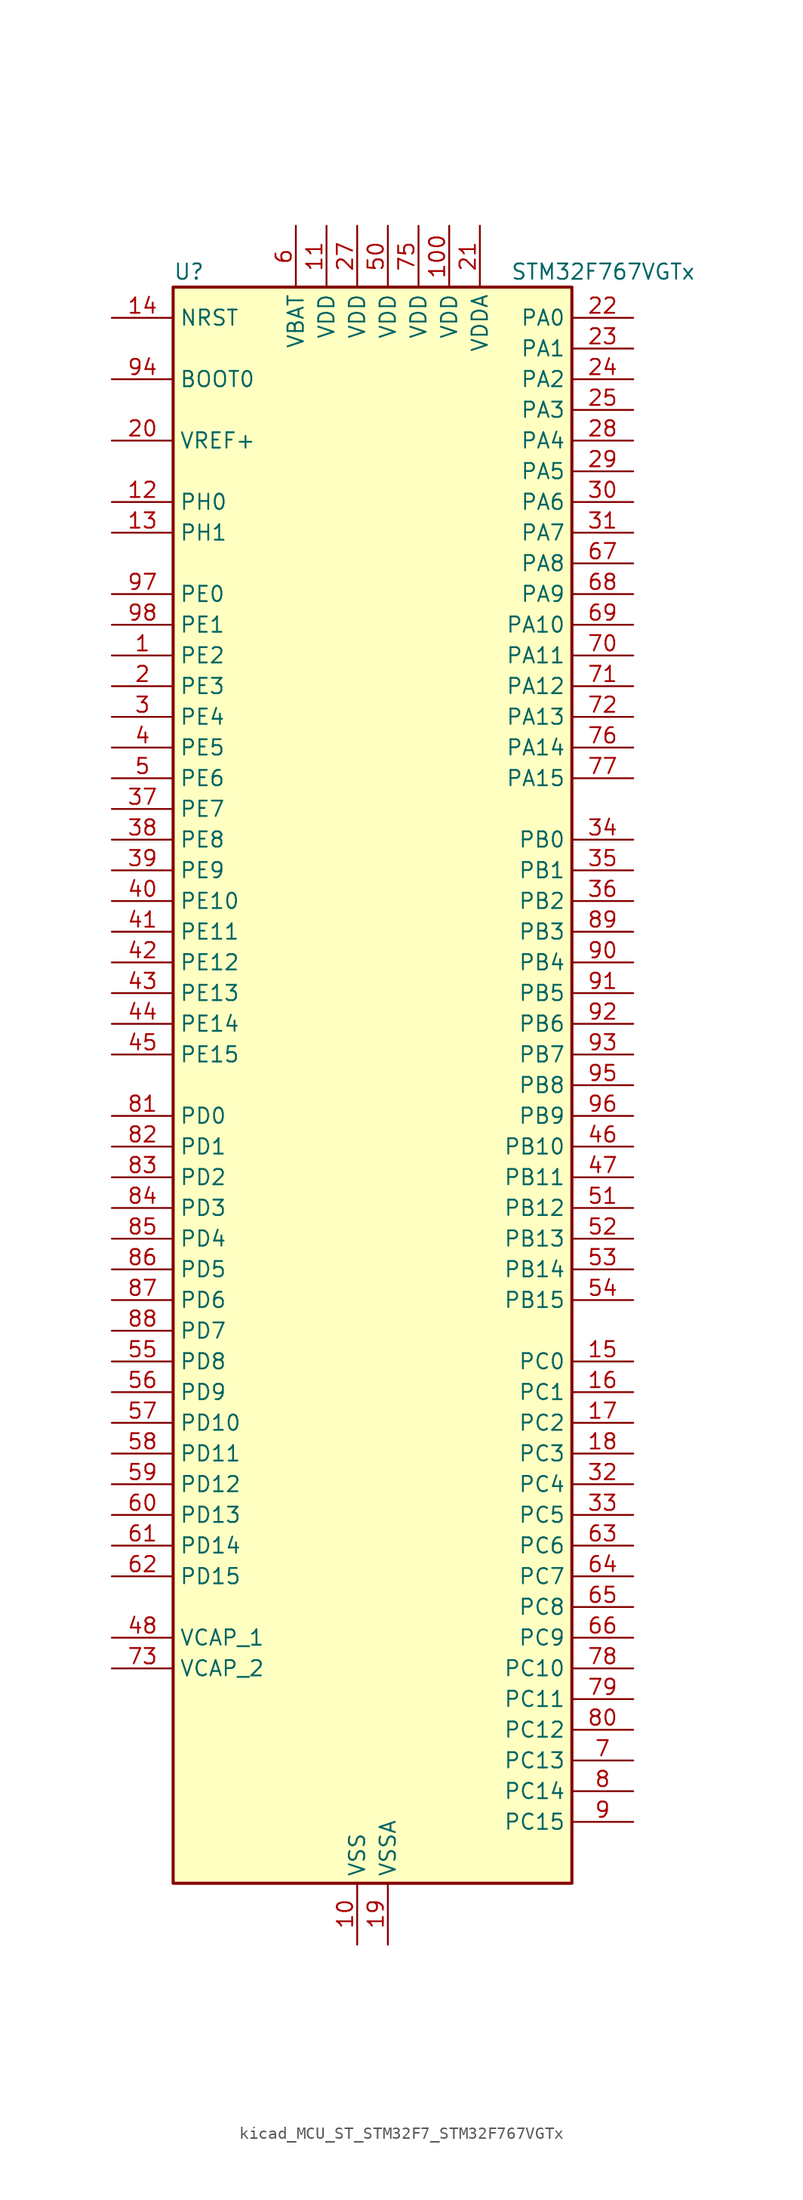
<source format=kicad_sym>
(kicad_symbol_lib
  (version 20220914)
  (generator kicad_symbol_editor)
  (symbol "kicad_MCU_ST_STM32F7_STM32F767VGTx"
    (property "Reference" "U"
      (at -15.24 67.31 0)
      (effects (font (size 1.27 1.27)) (justify left)))
    (property "Value" "STM32F767VGTx"
      (at 12.7 67.31 0)
      (effects (font (size 1.27 1.27)) (justify left)))
    (property "ki_locked" ""
      (at 0 0 0)
      (effects (font (size 1.27 1.27))))
    (symbol "kicad_MCU_ST_STM32F7_STM32F767VGTx_0_1"
      (rectangle (start -15.24 -66.04) (end 17.78 66.04) (stroke (width 0.254) (type default)) (fill (type background))))
    (symbol "kicad_MCU_ST_STM32F7_STM32F767VGTx_1_1"
      (pin bidirectional line (at -20.32 35.56 0) (length 5.08) (name "PE2" (effects (font (size 1.27 1.27)))) (number "1" (effects (font (size 1.27 1.27)))) (alternate "ETH_TXD3" bidirectional line) (alternate "FMC_A23" bidirectional line) (alternate "QUADSPI_BK1_IO2" bidirectional line) (alternate "SAI1_MCLK_A" bidirectional line) (alternate "SPI4_SCK" bidirectional line) (alternate "SYS_TRACECLK" bidirectional line))
      (pin power_in line (at 0 -71.12 90) (length 5.08) (name "VSS" (effects (font (size 1.27 1.27)))) (number "10" (effects (font (size 1.27 1.27)))))
      (pin power_in line (at 7.62 71.12 270) (length 5.08) (name "VDD" (effects (font (size 1.27 1.27)))) (number "100" (effects (font (size 1.27 1.27)))))
      (pin power_in line (at -2.54 71.12 270) (length 5.08) (name "VDD" (effects (font (size 1.27 1.27)))) (number "11" (effects (font (size 1.27 1.27)))))
      (pin bidirectional line (at -20.32 48.26 0) (length 5.08) (name "PH0" (effects (font (size 1.27 1.27)))) (number "12" (effects (font (size 1.27 1.27)))) (alternate "RCC_OSC_IN" bidirectional line))
      (pin bidirectional line (at -20.32 45.72 0) (length 5.08) (name "PH1" (effects (font (size 1.27 1.27)))) (number "13" (effects (font (size 1.27 1.27)))) (alternate "RCC_OSC_OUT" bidirectional line))
      (pin input line (at -20.32 63.5 0) (length 5.08) (name "NRST" (effects (font (size 1.27 1.27)))) (number "14" (effects (font (size 1.27 1.27)))))
      (pin bidirectional line (at 22.86 -22.86 180) (length 5.08) (name "PC0" (effects (font (size 1.27 1.27)))) (number "15" (effects (font (size 1.27 1.27)))) (alternate "ADC1_IN10" bidirectional line) (alternate "ADC2_IN10" bidirectional line) (alternate "ADC3_IN10" bidirectional line) (alternate "DFSDM1_CKIN0" bidirectional line) (alternate "DFSDM1_DATIN4" bidirectional line) (alternate "FMC_SDNWE" bidirectional line) (alternate "LTDC_R5" bidirectional line) (alternate "SAI2_FS_B" bidirectional line) (alternate "USB_OTG_HS_ULPI_STP" bidirectional line))
      (pin bidirectional line (at 22.86 -25.4 180) (length 5.08) (name "PC1" (effects (font (size 1.27 1.27)))) (number "16" (effects (font (size 1.27 1.27)))) (alternate "ADC1_IN11" bidirectional line) (alternate "ADC2_IN11" bidirectional line) (alternate "ADC3_IN11" bidirectional line) (alternate "DFSDM1_CKIN4" bidirectional line) (alternate "DFSDM1_DATIN0" bidirectional line) (alternate "ETH_MDC" bidirectional line) (alternate "I2S2_SD" bidirectional line) (alternate "MDIOS_MDC" bidirectional line) (alternate "RTC_TAMP3" bidirectional line) (alternate "RTC_TS" bidirectional line) (alternate "SAI1_SD_A" bidirectional line) (alternate "SPI2_MOSI" bidirectional line) (alternate "SYS_TRACED0" bidirectional line) (alternate "SYS_WKUP3" bidirectional line))
      (pin bidirectional line (at 22.86 -27.94 180) (length 5.08) (name "PC2" (effects (font (size 1.27 1.27)))) (number "17" (effects (font (size 1.27 1.27)))) (alternate "ADC1_IN12" bidirectional line) (alternate "ADC2_IN12" bidirectional line) (alternate "ADC3_IN12" bidirectional line) (alternate "DFSDM1_CKIN1" bidirectional line) (alternate "DFSDM1_CKOUT" bidirectional line) (alternate "ETH_TXD2" bidirectional line) (alternate "FMC_SDNE0" bidirectional line) (alternate "SPI2_MISO" bidirectional line) (alternate "USB_OTG_HS_ULPI_DIR" bidirectional line))
      (pin bidirectional line (at 22.86 -30.48 180) (length 5.08) (name "PC3" (effects (font (size 1.27 1.27)))) (number "18" (effects (font (size 1.27 1.27)))) (alternate "ADC1_IN13" bidirectional line) (alternate "ADC2_IN13" bidirectional line) (alternate "ADC3_IN13" bidirectional line) (alternate "DFSDM1_DATIN1" bidirectional line) (alternate "ETH_TX_CLK" bidirectional line) (alternate "FMC_SDCKE0" bidirectional line) (alternate "I2S2_SD" bidirectional line) (alternate "SPI2_MOSI" bidirectional line) (alternate "USB_OTG_HS_ULPI_NXT" bidirectional line))
      (pin power_in line (at 2.54 -71.12 90) (length 5.08) (name "VSSA" (effects (font (size 1.27 1.27)))) (number "19" (effects (font (size 1.27 1.27)))))
      (pin bidirectional line (at -20.32 33.02 0) (length 5.08) (name "PE3" (effects (font (size 1.27 1.27)))) (number "2" (effects (font (size 1.27 1.27)))) (alternate "FMC_A19" bidirectional line) (alternate "SAI1_SD_B" bidirectional line) (alternate "SYS_TRACED0" bidirectional line))
      (pin input line (at -20.32 53.34 0) (length 5.08) (name "VREF+" (effects (font (size 1.27 1.27)))) (number "20" (effects (font (size 1.27 1.27)))))
      (pin power_in line (at 10.16 71.12 270) (length 5.08) (name "VDDA" (effects (font (size 1.27 1.27)))) (number "21" (effects (font (size 1.27 1.27)))))
      (pin bidirectional line (at 22.86 63.5 180) (length 5.08) (name "PA0" (effects (font (size 1.27 1.27)))) (number "22" (effects (font (size 1.27 1.27)))) (alternate "ADC1_IN0" bidirectional line) (alternate "ADC2_IN0" bidirectional line) (alternate "ADC3_IN0" bidirectional line) (alternate "ETH_CRS" bidirectional line) (alternate "SAI2_SD_B" bidirectional line) (alternate "SYS_WKUP1" bidirectional line) (alternate "TIM2_CH1" bidirectional line) (alternate "TIM2_ETR" bidirectional line) (alternate "TIM5_CH1" bidirectional line) (alternate "TIM8_ETR" bidirectional line) (alternate "UART4_TX" bidirectional line) (alternate "USART2_CTS" bidirectional line))
      (pin bidirectional line (at 22.86 60.96 180) (length 5.08) (name "PA1" (effects (font (size 1.27 1.27)))) (number "23" (effects (font (size 1.27 1.27)))) (alternate "ADC1_IN1" bidirectional line) (alternate "ADC2_IN1" bidirectional line) (alternate "ADC3_IN1" bidirectional line) (alternate "ETH_REF_CLK" bidirectional line) (alternate "ETH_RX_CLK" bidirectional line) (alternate "LTDC_R2" bidirectional line) (alternate "QUADSPI_BK1_IO3" bidirectional line) (alternate "SAI2_MCLK_B" bidirectional line) (alternate "TIM2_CH2" bidirectional line) (alternate "TIM5_CH2" bidirectional line) (alternate "UART4_RX" bidirectional line) (alternate "USART2_DE" bidirectional line) (alternate "USART2_RTS" bidirectional line))
      (pin bidirectional line (at 22.86 58.42 180) (length 5.08) (name "PA2" (effects (font (size 1.27 1.27)))) (number "24" (effects (font (size 1.27 1.27)))) (alternate "ADC1_IN2" bidirectional line) (alternate "ADC2_IN2" bidirectional line) (alternate "ADC3_IN2" bidirectional line) (alternate "ETH_MDIO" bidirectional line) (alternate "LTDC_R1" bidirectional line) (alternate "MDIOS_MDIO" bidirectional line) (alternate "SAI2_SCK_B" bidirectional line) (alternate "SYS_WKUP2" bidirectional line) (alternate "TIM2_CH3" bidirectional line) (alternate "TIM5_CH3" bidirectional line) (alternate "TIM9_CH1" bidirectional line) (alternate "USART2_TX" bidirectional line))
      (pin bidirectional line (at 22.86 55.88 180) (length 5.08) (name "PA3" (effects (font (size 1.27 1.27)))) (number "25" (effects (font (size 1.27 1.27)))) (alternate "ADC1_IN3" bidirectional line) (alternate "ADC2_IN3" bidirectional line) (alternate "ADC3_IN3" bidirectional line) (alternate "ETH_COL" bidirectional line) (alternate "LTDC_B2" bidirectional line) (alternate "LTDC_B5" bidirectional line) (alternate "TIM2_CH4" bidirectional line) (alternate "TIM5_CH4" bidirectional line) (alternate "TIM9_CH2" bidirectional line) (alternate "USART2_RX" bidirectional line) (alternate "USB_OTG_HS_ULPI_D0" bidirectional line))
      (pin passive line (at 0 -71.12 90) (length 5.08) hide (name "VSS" (effects (font (size 1.27 1.27)))) (number "26" (effects (font (size 1.27 1.27)))))
      (pin power_in line (at 0 71.12 270) (length 5.08) (name "VDD" (effects (font (size 1.27 1.27)))) (number "27" (effects (font (size 1.27 1.27)))))
      (pin bidirectional line (at 22.86 53.34 180) (length 5.08) (name "PA4" (effects (font (size 1.27 1.27)))) (number "28" (effects (font (size 1.27 1.27)))) (alternate "ADC1_IN4" bidirectional line) (alternate "ADC2_IN4" bidirectional line) (alternate "DAC_OUT1" bidirectional line) (alternate "DCMI_HSYNC" bidirectional line) (alternate "I2S1_WS" bidirectional line) (alternate "I2S3_WS" bidirectional line) (alternate "LTDC_VSYNC" bidirectional line) (alternate "SPI1_NSS" bidirectional line) (alternate "SPI3_NSS" bidirectional line) (alternate "SPI6_NSS" bidirectional line) (alternate "USART2_CK" bidirectional line) (alternate "USB_OTG_HS_SOF" bidirectional line))
      (pin bidirectional line (at 22.86 50.8 180) (length 5.08) (name "PA5" (effects (font (size 1.27 1.27)))) (number "29" (effects (font (size 1.27 1.27)))) (alternate "ADC1_IN5" bidirectional line) (alternate "ADC2_IN5" bidirectional line) (alternate "DAC_OUT2" bidirectional line) (alternate "I2S1_CK" bidirectional line) (alternate "LTDC_R4" bidirectional line) (alternate "SPI1_SCK" bidirectional line) (alternate "SPI6_SCK" bidirectional line) (alternate "TIM2_CH1" bidirectional line) (alternate "TIM2_ETR" bidirectional line) (alternate "TIM8_CH1N" bidirectional line) (alternate "USB_OTG_HS_ULPI_CK" bidirectional line))
      (pin bidirectional line (at -20.32 30.48 0) (length 5.08) (name "PE4" (effects (font (size 1.27 1.27)))) (number "3" (effects (font (size 1.27 1.27)))) (alternate "DCMI_D4" bidirectional line) (alternate "DFSDM1_DATIN3" bidirectional line) (alternate "FMC_A20" bidirectional line) (alternate "LTDC_B0" bidirectional line) (alternate "SAI1_FS_A" bidirectional line) (alternate "SPI4_NSS" bidirectional line) (alternate "SYS_TRACED1" bidirectional line))
      (pin bidirectional line (at 22.86 48.26 180) (length 5.08) (name "PA6" (effects (font (size 1.27 1.27)))) (number "30" (effects (font (size 1.27 1.27)))) (alternate "ADC1_IN6" bidirectional line) (alternate "ADC2_IN6" bidirectional line) (alternate "DCMI_PIXCLK" bidirectional line) (alternate "LTDC_G2" bidirectional line) (alternate "MDIOS_MDC" bidirectional line) (alternate "SPI1_MISO" bidirectional line) (alternate "SPI6_MISO" bidirectional line) (alternate "TIM13_CH1" bidirectional line) (alternate "TIM1_BKIN" bidirectional line) (alternate "TIM3_CH1" bidirectional line) (alternate "TIM8_BKIN" bidirectional line))
      (pin bidirectional line (at 22.86 45.72 180) (length 5.08) (name "PA7" (effects (font (size 1.27 1.27)))) (number "31" (effects (font (size 1.27 1.27)))) (alternate "ADC1_IN7" bidirectional line) (alternate "ADC2_IN7" bidirectional line) (alternate "ETH_CRS_DV" bidirectional line) (alternate "ETH_RX_DV" bidirectional line) (alternate "FMC_SDNWE" bidirectional line) (alternate "I2S1_SD" bidirectional line) (alternate "SPI1_MOSI" bidirectional line) (alternate "SPI6_MOSI" bidirectional line) (alternate "TIM14_CH1" bidirectional line) (alternate "TIM1_CH1N" bidirectional line) (alternate "TIM3_CH2" bidirectional line) (alternate "TIM8_CH1N" bidirectional line))
      (pin bidirectional line (at 22.86 -33.02 180) (length 5.08) (name "PC4" (effects (font (size 1.27 1.27)))) (number "32" (effects (font (size 1.27 1.27)))) (alternate "ADC1_IN14" bidirectional line) (alternate "ADC2_IN14" bidirectional line) (alternate "DFSDM1_CKIN2" bidirectional line) (alternate "ETH_RXD0" bidirectional line) (alternate "FMC_SDNE0" bidirectional line) (alternate "I2S1_MCK" bidirectional line) (alternate "SPDIFRX_IN2" bidirectional line))
      (pin bidirectional line (at 22.86 -35.56 180) (length 5.08) (name "PC5" (effects (font (size 1.27 1.27)))) (number "33" (effects (font (size 1.27 1.27)))) (alternate "ADC1_IN15" bidirectional line) (alternate "ADC2_IN15" bidirectional line) (alternate "DFSDM1_DATIN2" bidirectional line) (alternate "ETH_RXD1" bidirectional line) (alternate "FMC_SDCKE0" bidirectional line) (alternate "SPDIFRX_IN3" bidirectional line))
      (pin bidirectional line (at 22.86 20.32 180) (length 5.08) (name "PB0" (effects (font (size 1.27 1.27)))) (number "34" (effects (font (size 1.27 1.27)))) (alternate "ADC1_IN8" bidirectional line) (alternate "ADC2_IN8" bidirectional line) (alternate "DFSDM1_CKOUT" bidirectional line) (alternate "ETH_RXD2" bidirectional line) (alternate "LTDC_G1" bidirectional line) (alternate "LTDC_R3" bidirectional line) (alternate "TIM1_CH2N" bidirectional line) (alternate "TIM3_CH3" bidirectional line) (alternate "TIM8_CH2N" bidirectional line) (alternate "UART4_CTS" bidirectional line) (alternate "USB_OTG_HS_ULPI_D1" bidirectional line))
      (pin bidirectional line (at 22.86 17.78 180) (length 5.08) (name "PB1" (effects (font (size 1.27 1.27)))) (number "35" (effects (font (size 1.27 1.27)))) (alternate "ADC1_IN9" bidirectional line) (alternate "ADC2_IN9" bidirectional line) (alternate "DFSDM1_DATIN1" bidirectional line) (alternate "ETH_RXD3" bidirectional line) (alternate "LTDC_G0" bidirectional line) (alternate "LTDC_R6" bidirectional line) (alternate "TIM1_CH3N" bidirectional line) (alternate "TIM3_CH4" bidirectional line) (alternate "TIM8_CH3N" bidirectional line) (alternate "USB_OTG_HS_ULPI_D2" bidirectional line))
      (pin bidirectional line (at 22.86 15.24 180) (length 5.08) (name "PB2" (effects (font (size 1.27 1.27)))) (number "36" (effects (font (size 1.27 1.27)))) (alternate "DFSDM1_CKIN1" bidirectional line) (alternate "I2S3_SD" bidirectional line) (alternate "QUADSPI_CLK" bidirectional line) (alternate "SAI1_SD_A" bidirectional line) (alternate "SPI3_MOSI" bidirectional line))
      (pin bidirectional line (at -20.32 22.86 0) (length 5.08) (name "PE7" (effects (font (size 1.27 1.27)))) (number "37" (effects (font (size 1.27 1.27)))) (alternate "DFSDM1_DATIN2" bidirectional line) (alternate "FMC_D4" bidirectional line) (alternate "FMC_DA4" bidirectional line) (alternate "QUADSPI_BK2_IO0" bidirectional line) (alternate "TIM1_ETR" bidirectional line) (alternate "UART7_RX" bidirectional line))
      (pin bidirectional line (at -20.32 20.32 0) (length 5.08) (name "PE8" (effects (font (size 1.27 1.27)))) (number "38" (effects (font (size 1.27 1.27)))) (alternate "DFSDM1_CKIN2" bidirectional line) (alternate "FMC_D5" bidirectional line) (alternate "FMC_DA5" bidirectional line) (alternate "QUADSPI_BK2_IO1" bidirectional line) (alternate "TIM1_CH1N" bidirectional line) (alternate "UART7_TX" bidirectional line))
      (pin bidirectional line (at -20.32 17.78 0) (length 5.08) (name "PE9" (effects (font (size 1.27 1.27)))) (number "39" (effects (font (size 1.27 1.27)))) (alternate "DAC_EXTI9" bidirectional line) (alternate "DFSDM1_CKOUT" bidirectional line) (alternate "FMC_D6" bidirectional line) (alternate "FMC_DA6" bidirectional line) (alternate "QUADSPI_BK2_IO2" bidirectional line) (alternate "TIM1_CH1" bidirectional line) (alternate "UART7_DE" bidirectional line) (alternate "UART7_RTS" bidirectional line))
      (pin bidirectional line (at -20.32 27.94 0) (length 5.08) (name "PE5" (effects (font (size 1.27 1.27)))) (number "4" (effects (font (size 1.27 1.27)))) (alternate "DCMI_D6" bidirectional line) (alternate "DFSDM1_CKIN3" bidirectional line) (alternate "FMC_A21" bidirectional line) (alternate "LTDC_G0" bidirectional line) (alternate "SAI1_SCK_A" bidirectional line) (alternate "SPI4_MISO" bidirectional line) (alternate "SYS_TRACED2" bidirectional line) (alternate "TIM9_CH1" bidirectional line))
      (pin bidirectional line (at -20.32 15.24 0) (length 5.08) (name "PE10" (effects (font (size 1.27 1.27)))) (number "40" (effects (font (size 1.27 1.27)))) (alternate "DFSDM1_DATIN4" bidirectional line) (alternate "FMC_D7" bidirectional line) (alternate "FMC_DA7" bidirectional line) (alternate "QUADSPI_BK2_IO3" bidirectional line) (alternate "TIM1_CH2N" bidirectional line) (alternate "UART7_CTS" bidirectional line))
      (pin bidirectional line (at -20.32 12.7 0) (length 5.08) (name "PE11" (effects (font (size 1.27 1.27)))) (number "41" (effects (font (size 1.27 1.27)))) (alternate "ADC1_EXTI11" bidirectional line) (alternate "ADC2_EXTI11" bidirectional line) (alternate "ADC3_EXTI11" bidirectional line) (alternate "DFSDM1_CKIN4" bidirectional line) (alternate "FMC_D8" bidirectional line) (alternate "FMC_DA8" bidirectional line) (alternate "LTDC_G3" bidirectional line) (alternate "SAI2_SD_B" bidirectional line) (alternate "SPI4_NSS" bidirectional line) (alternate "TIM1_CH2" bidirectional line))
      (pin bidirectional line (at -20.32 10.16 0) (length 5.08) (name "PE12" (effects (font (size 1.27 1.27)))) (number "42" (effects (font (size 1.27 1.27)))) (alternate "DFSDM1_DATIN5" bidirectional line) (alternate "FMC_D9" bidirectional line) (alternate "FMC_DA9" bidirectional line) (alternate "LTDC_B4" bidirectional line) (alternate "SAI2_SCK_B" bidirectional line) (alternate "SPI4_SCK" bidirectional line) (alternate "TIM1_CH3N" bidirectional line))
      (pin bidirectional line (at -20.32 7.62 0) (length 5.08) (name "PE13" (effects (font (size 1.27 1.27)))) (number "43" (effects (font (size 1.27 1.27)))) (alternate "DFSDM1_CKIN5" bidirectional line) (alternate "FMC_D10" bidirectional line) (alternate "FMC_DA10" bidirectional line) (alternate "LTDC_DE" bidirectional line) (alternate "SAI2_FS_B" bidirectional line) (alternate "SPI4_MISO" bidirectional line) (alternate "TIM1_CH3" bidirectional line))
      (pin bidirectional line (at -20.32 5.08 0) (length 5.08) (name "PE14" (effects (font (size 1.27 1.27)))) (number "44" (effects (font (size 1.27 1.27)))) (alternate "FMC_D11" bidirectional line) (alternate "FMC_DA11" bidirectional line) (alternate "LTDC_CLK" bidirectional line) (alternate "SAI2_MCLK_B" bidirectional line) (alternate "SPI4_MOSI" bidirectional line) (alternate "TIM1_CH4" bidirectional line))
      (pin bidirectional line (at -20.32 2.54 0) (length 5.08) (name "PE15" (effects (font (size 1.27 1.27)))) (number "45" (effects (font (size 1.27 1.27)))) (alternate "FMC_D12" bidirectional line) (alternate "FMC_DA12" bidirectional line) (alternate "LTDC_R7" bidirectional line) (alternate "TIM1_BKIN" bidirectional line))
      (pin bidirectional line (at 22.86 -5.08 180) (length 5.08) (name "PB10" (effects (font (size 1.27 1.27)))) (number "46" (effects (font (size 1.27 1.27)))) (alternate "DFSDM1_DATIN7" bidirectional line) (alternate "ETH_RX_ER" bidirectional line) (alternate "I2C2_SCL" bidirectional line) (alternate "I2S2_CK" bidirectional line) (alternate "LTDC_G4" bidirectional line) (alternate "QUADSPI_BK1_NCS" bidirectional line) (alternate "SPI2_SCK" bidirectional line) (alternate "TIM2_CH3" bidirectional line) (alternate "USART3_TX" bidirectional line) (alternate "USB_OTG_HS_ULPI_D3" bidirectional line))
      (pin bidirectional line (at 22.86 -7.62 180) (length 5.08) (name "PB11" (effects (font (size 1.27 1.27)))) (number "47" (effects (font (size 1.27 1.27)))) (alternate "ADC1_EXTI11" bidirectional line) (alternate "ADC2_EXTI11" bidirectional line) (alternate "ADC3_EXTI11" bidirectional line) (alternate "DFSDM1_CKIN7" bidirectional line) (alternate "ETH_TX_EN" bidirectional line) (alternate "I2C2_SDA" bidirectional line) (alternate "LTDC_G5" bidirectional line) (alternate "TIM2_CH4" bidirectional line) (alternate "USART3_RX" bidirectional line) (alternate "USB_OTG_HS_ULPI_D4" bidirectional line))
      (pin power_out line (at -20.32 -45.72 0) (length 5.08) (name "VCAP_1" (effects (font (size 1.27 1.27)))) (number "48" (effects (font (size 1.27 1.27)))))
      (pin passive line (at 0 -71.12 90) (length 5.08) hide (name "VSS" (effects (font (size 1.27 1.27)))) (number "49" (effects (font (size 1.27 1.27)))))
      (pin bidirectional line (at -20.32 25.4 0) (length 5.08) (name "PE6" (effects (font (size 1.27 1.27)))) (number "5" (effects (font (size 1.27 1.27)))) (alternate "DCMI_D7" bidirectional line) (alternate "FMC_A22" bidirectional line) (alternate "LTDC_G1" bidirectional line) (alternate "SAI1_SD_A" bidirectional line) (alternate "SAI2_MCLK_B" bidirectional line) (alternate "SPI4_MOSI" bidirectional line) (alternate "SYS_TRACED3" bidirectional line) (alternate "TIM1_BKIN2" bidirectional line) (alternate "TIM9_CH2" bidirectional line))
      (pin power_in line (at 2.54 71.12 270) (length 5.08) (name "VDD" (effects (font (size 1.27 1.27)))) (number "50" (effects (font (size 1.27 1.27)))))
      (pin bidirectional line (at 22.86 -10.16 180) (length 5.08) (name "PB12" (effects (font (size 1.27 1.27)))) (number "51" (effects (font (size 1.27 1.27)))) (alternate "CAN2_RX" bidirectional line) (alternate "DFSDM1_DATIN1" bidirectional line) (alternate "ETH_TXD0" bidirectional line) (alternate "I2C2_SMBA" bidirectional line) (alternate "I2S2_WS" bidirectional line) (alternate "SPI2_NSS" bidirectional line) (alternate "TIM1_BKIN" bidirectional line) (alternate "UART5_RX" bidirectional line) (alternate "USART3_CK" bidirectional line) (alternate "USB_OTG_HS_ID" bidirectional line) (alternate "USB_OTG_HS_ULPI_D5" bidirectional line))
      (pin bidirectional line (at 22.86 -12.7 180) (length 5.08) (name "PB13" (effects (font (size 1.27 1.27)))) (number "52" (effects (font (size 1.27 1.27)))) (alternate "CAN2_TX" bidirectional line) (alternate "DFSDM1_CKIN1" bidirectional line) (alternate "ETH_TXD1" bidirectional line) (alternate "I2S2_CK" bidirectional line) (alternate "SPI2_SCK" bidirectional line) (alternate "TIM1_CH1N" bidirectional line) (alternate "UART5_TX" bidirectional line) (alternate "USART3_CTS" bidirectional line) (alternate "USB_OTG_HS_ULPI_D6" bidirectional line) (alternate "USB_OTG_HS_VBUS" bidirectional line))
      (pin bidirectional line (at 22.86 -15.24 180) (length 5.08) (name "PB14" (effects (font (size 1.27 1.27)))) (number "53" (effects (font (size 1.27 1.27)))) (alternate "DFSDM1_DATIN2" bidirectional line) (alternate "SDMMC2_D0" bidirectional line) (alternate "SPI2_MISO" bidirectional line) (alternate "TIM12_CH1" bidirectional line) (alternate "TIM1_CH2N" bidirectional line) (alternate "TIM8_CH2N" bidirectional line) (alternate "UART4_DE" bidirectional line) (alternate "UART4_RTS" bidirectional line) (alternate "USART1_TX" bidirectional line) (alternate "USART3_DE" bidirectional line) (alternate "USART3_RTS" bidirectional line) (alternate "USB_OTG_HS_DM" bidirectional line))
      (pin bidirectional line (at 22.86 -17.78 180) (length 5.08) (name "PB15" (effects (font (size 1.27 1.27)))) (number "54" (effects (font (size 1.27 1.27)))) (alternate "DFSDM1_CKIN2" bidirectional line) (alternate "I2S2_SD" bidirectional line) (alternate "RTC_REFIN" bidirectional line) (alternate "SDMMC2_D1" bidirectional line) (alternate "SPI2_MOSI" bidirectional line) (alternate "TIM12_CH2" bidirectional line) (alternate "TIM1_CH3N" bidirectional line) (alternate "TIM8_CH3N" bidirectional line) (alternate "UART4_CTS" bidirectional line) (alternate "USART1_RX" bidirectional line) (alternate "USB_OTG_HS_DP" bidirectional line))
      (pin bidirectional line (at -20.32 -22.86 0) (length 5.08) (name "PD8" (effects (font (size 1.27 1.27)))) (number "55" (effects (font (size 1.27 1.27)))) (alternate "DFSDM1_CKIN3" bidirectional line) (alternate "FMC_D13" bidirectional line) (alternate "FMC_DA13" bidirectional line) (alternate "SPDIFRX_IN1" bidirectional line) (alternate "USART3_TX" bidirectional line))
      (pin bidirectional line (at -20.32 -25.4 0) (length 5.08) (name "PD9" (effects (font (size 1.27 1.27)))) (number "56" (effects (font (size 1.27 1.27)))) (alternate "DAC_EXTI9" bidirectional line) (alternate "DFSDM1_DATIN3" bidirectional line) (alternate "FMC_D14" bidirectional line) (alternate "FMC_DA14" bidirectional line) (alternate "USART3_RX" bidirectional line))
      (pin bidirectional line (at -20.32 -27.94 0) (length 5.08) (name "PD10" (effects (font (size 1.27 1.27)))) (number "57" (effects (font (size 1.27 1.27)))) (alternate "DFSDM1_CKOUT" bidirectional line) (alternate "FMC_D15" bidirectional line) (alternate "FMC_DA15" bidirectional line) (alternate "LTDC_B3" bidirectional line) (alternate "USART3_CK" bidirectional line))
      (pin bidirectional line (at -20.32 -30.48 0) (length 5.08) (name "PD11" (effects (font (size 1.27 1.27)))) (number "58" (effects (font (size 1.27 1.27)))) (alternate "ADC1_EXTI11" bidirectional line) (alternate "ADC2_EXTI11" bidirectional line) (alternate "ADC3_EXTI11" bidirectional line) (alternate "FMC_A16" bidirectional line) (alternate "FMC_CLE" bidirectional line) (alternate "I2C4_SMBA" bidirectional line) (alternate "QUADSPI_BK1_IO0" bidirectional line) (alternate "SAI2_SD_A" bidirectional line) (alternate "USART3_CTS" bidirectional line))
      (pin bidirectional line (at -20.32 -33.02 0) (length 5.08) (name "PD12" (effects (font (size 1.27 1.27)))) (number "59" (effects (font (size 1.27 1.27)))) (alternate "FMC_A17" bidirectional line) (alternate "FMC_ALE" bidirectional line) (alternate "I2C4_SCL" bidirectional line) (alternate "LPTIM1_IN1" bidirectional line) (alternate "QUADSPI_BK1_IO1" bidirectional line) (alternate "SAI2_FS_A" bidirectional line) (alternate "TIM4_CH1" bidirectional line) (alternate "USART3_DE" bidirectional line) (alternate "USART3_RTS" bidirectional line))
      (pin power_in line (at -5.08 71.12 270) (length 5.08) (name "VBAT" (effects (font (size 1.27 1.27)))) (number "6" (effects (font (size 1.27 1.27)))))
      (pin bidirectional line (at -20.32 -35.56 0) (length 5.08) (name "PD13" (effects (font (size 1.27 1.27)))) (number "60" (effects (font (size 1.27 1.27)))) (alternate "FMC_A18" bidirectional line) (alternate "I2C4_SDA" bidirectional line) (alternate "LPTIM1_OUT" bidirectional line) (alternate "QUADSPI_BK1_IO3" bidirectional line) (alternate "SAI2_SCK_A" bidirectional line) (alternate "TIM4_CH2" bidirectional line))
      (pin bidirectional line (at -20.32 -38.1 0) (length 5.08) (name "PD14" (effects (font (size 1.27 1.27)))) (number "61" (effects (font (size 1.27 1.27)))) (alternate "FMC_D0" bidirectional line) (alternate "FMC_DA0" bidirectional line) (alternate "TIM4_CH3" bidirectional line) (alternate "UART8_CTS" bidirectional line))
      (pin bidirectional line (at -20.32 -40.64 0) (length 5.08) (name "PD15" (effects (font (size 1.27 1.27)))) (number "62" (effects (font (size 1.27 1.27)))) (alternate "FMC_D1" bidirectional line) (alternate "FMC_DA1" bidirectional line) (alternate "TIM4_CH4" bidirectional line) (alternate "UART8_DE" bidirectional line) (alternate "UART8_RTS" bidirectional line))
      (pin bidirectional line (at 22.86 -38.1 180) (length 5.08) (name "PC6" (effects (font (size 1.27 1.27)))) (number "63" (effects (font (size 1.27 1.27)))) (alternate "DCMI_D0" bidirectional line) (alternate "DFSDM1_CKIN3" bidirectional line) (alternate "FMC_NWAIT" bidirectional line) (alternate "I2S2_MCK" bidirectional line) (alternate "LTDC_HSYNC" bidirectional line) (alternate "SDMMC1_D6" bidirectional line) (alternate "SDMMC2_D6" bidirectional line) (alternate "TIM3_CH1" bidirectional line) (alternate "TIM8_CH1" bidirectional line) (alternate "USART6_TX" bidirectional line))
      (pin bidirectional line (at 22.86 -40.64 180) (length 5.08) (name "PC7" (effects (font (size 1.27 1.27)))) (number "64" (effects (font (size 1.27 1.27)))) (alternate "DCMI_D1" bidirectional line) (alternate "DFSDM1_DATIN3" bidirectional line) (alternate "FMC_NE1" bidirectional line) (alternate "I2S3_MCK" bidirectional line) (alternate "LTDC_G6" bidirectional line) (alternate "SDMMC1_D7" bidirectional line) (alternate "SDMMC2_D7" bidirectional line) (alternate "TIM3_CH2" bidirectional line) (alternate "TIM8_CH2" bidirectional line) (alternate "USART6_RX" bidirectional line))
      (pin bidirectional line (at 22.86 -43.18 180) (length 5.08) (name "PC8" (effects (font (size 1.27 1.27)))) (number "65" (effects (font (size 1.27 1.27)))) (alternate "DCMI_D2" bidirectional line) (alternate "FMC_NCE" bidirectional line) (alternate "FMC_NE2" bidirectional line) (alternate "SDMMC1_D0" bidirectional line) (alternate "SYS_TRACED1" bidirectional line) (alternate "TIM3_CH3" bidirectional line) (alternate "TIM8_CH3" bidirectional line) (alternate "UART5_DE" bidirectional line) (alternate "UART5_RTS" bidirectional line) (alternate "USART6_CK" bidirectional line))
      (pin bidirectional line (at 22.86 -45.72 180) (length 5.08) (name "PC9" (effects (font (size 1.27 1.27)))) (number "66" (effects (font (size 1.27 1.27)))) (alternate "DAC_EXTI9" bidirectional line) (alternate "DCMI_D3" bidirectional line) (alternate "I2C3_SDA" bidirectional line) (alternate "I2S_CKIN" bidirectional line) (alternate "LTDC_B2" bidirectional line) (alternate "LTDC_G3" bidirectional line) (alternate "QUADSPI_BK1_IO0" bidirectional line) (alternate "RCC_MCO_2" bidirectional line) (alternate "SDMMC1_D1" bidirectional line) (alternate "TIM3_CH4" bidirectional line) (alternate "TIM8_CH4" bidirectional line) (alternate "UART5_CTS" bidirectional line))
      (pin bidirectional line (at 22.86 43.18 180) (length 5.08) (name "PA8" (effects (font (size 1.27 1.27)))) (number "67" (effects (font (size 1.27 1.27)))) (alternate "CAN3_RX" bidirectional line) (alternate "I2C3_SCL" bidirectional line) (alternate "LTDC_B3" bidirectional line) (alternate "LTDC_R6" bidirectional line) (alternate "RCC_MCO_1" bidirectional line) (alternate "TIM1_CH1" bidirectional line) (alternate "TIM8_BKIN2" bidirectional line) (alternate "UART7_RX" bidirectional line) (alternate "USART1_CK" bidirectional line) (alternate "USB_OTG_FS_SOF" bidirectional line))
      (pin bidirectional line (at 22.86 40.64 180) (length 5.08) (name "PA9" (effects (font (size 1.27 1.27)))) (number "68" (effects (font (size 1.27 1.27)))) (alternate "DAC_EXTI9" bidirectional line) (alternate "DCMI_D0" bidirectional line) (alternate "I2C3_SMBA" bidirectional line) (alternate "I2S2_CK" bidirectional line) (alternate "LTDC_R5" bidirectional line) (alternate "SPI2_SCK" bidirectional line) (alternate "TIM1_CH2" bidirectional line) (alternate "USART1_TX" bidirectional line) (alternate "USB_OTG_FS_VBUS" bidirectional line))
      (pin bidirectional line (at 22.86 38.1 180) (length 5.08) (name "PA10" (effects (font (size 1.27 1.27)))) (number "69" (effects (font (size 1.27 1.27)))) (alternate "DCMI_D1" bidirectional line) (alternate "LTDC_B1" bidirectional line) (alternate "LTDC_B4" bidirectional line) (alternate "MDIOS_MDIO" bidirectional line) (alternate "TIM1_CH3" bidirectional line) (alternate "USART1_RX" bidirectional line) (alternate "USB_OTG_FS_ID" bidirectional line))
      (pin bidirectional line (at 22.86 -55.88 180) (length 5.08) (name "PC13" (effects (font (size 1.27 1.27)))) (number "7" (effects (font (size 1.27 1.27)))) (alternate "RTC_OUT" bidirectional line) (alternate "RTC_TAMP1" bidirectional line) (alternate "RTC_TS" bidirectional line) (alternate "SYS_WKUP4" bidirectional line))
      (pin bidirectional line (at 22.86 35.56 180) (length 5.08) (name "PA11" (effects (font (size 1.27 1.27)))) (number "70" (effects (font (size 1.27 1.27)))) (alternate "ADC1_EXTI11" bidirectional line) (alternate "ADC2_EXTI11" bidirectional line) (alternate "ADC3_EXTI11" bidirectional line) (alternate "CAN1_RX" bidirectional line) (alternate "I2S2_WS" bidirectional line) (alternate "LTDC_R4" bidirectional line) (alternate "SPI2_NSS" bidirectional line) (alternate "TIM1_CH4" bidirectional line) (alternate "UART4_RX" bidirectional line) (alternate "USART1_CTS" bidirectional line) (alternate "USB_OTG_FS_DM" bidirectional line))
      (pin bidirectional line (at 22.86 33.02 180) (length 5.08) (name "PA12" (effects (font (size 1.27 1.27)))) (number "71" (effects (font (size 1.27 1.27)))) (alternate "CAN1_TX" bidirectional line) (alternate "I2S2_CK" bidirectional line) (alternate "LTDC_R5" bidirectional line) (alternate "SAI2_FS_B" bidirectional line) (alternate "SPI2_SCK" bidirectional line) (alternate "TIM1_ETR" bidirectional line) (alternate "UART4_TX" bidirectional line) (alternate "USART1_DE" bidirectional line) (alternate "USART1_RTS" bidirectional line) (alternate "USB_OTG_FS_DP" bidirectional line))
      (pin bidirectional line (at 22.86 30.48 180) (length 5.08) (name "PA13" (effects (font (size 1.27 1.27)))) (number "72" (effects (font (size 1.27 1.27)))) (alternate "SYS_JTMS-SWDIO" bidirectional line))
      (pin power_out line (at -20.32 -48.26 0) (length 5.08) (name "VCAP_2" (effects (font (size 1.27 1.27)))) (number "73" (effects (font (size 1.27 1.27)))))
      (pin passive line (at 0 -71.12 90) (length 5.08) hide (name "VSS" (effects (font (size 1.27 1.27)))) (number "74" (effects (font (size 1.27 1.27)))))
      (pin power_in line (at 5.08 71.12 270) (length 5.08) (name "VDD" (effects (font (size 1.27 1.27)))) (number "75" (effects (font (size 1.27 1.27)))))
      (pin bidirectional line (at 22.86 27.94 180) (length 5.08) (name "PA14" (effects (font (size 1.27 1.27)))) (number "76" (effects (font (size 1.27 1.27)))) (alternate "SYS_JTCK-SWCLK" bidirectional line))
      (pin bidirectional line (at 22.86 25.4 180) (length 5.08) (name "PA15" (effects (font (size 1.27 1.27)))) (number "77" (effects (font (size 1.27 1.27)))) (alternate "CAN3_TX" bidirectional line) (alternate "CEC" bidirectional line) (alternate "I2S1_WS" bidirectional line) (alternate "I2S3_WS" bidirectional line) (alternate "SPI1_NSS" bidirectional line) (alternate "SPI3_NSS" bidirectional line) (alternate "SPI6_NSS" bidirectional line) (alternate "SYS_JTDI" bidirectional line) (alternate "TIM2_CH1" bidirectional line) (alternate "TIM2_ETR" bidirectional line) (alternate "UART4_DE" bidirectional line) (alternate "UART4_RTS" bidirectional line) (alternate "UART7_TX" bidirectional line))
      (pin bidirectional line (at 22.86 -48.26 180) (length 5.08) (name "PC10" (effects (font (size 1.27 1.27)))) (number "78" (effects (font (size 1.27 1.27)))) (alternate "DCMI_D8" bidirectional line) (alternate "DFSDM1_CKIN5" bidirectional line) (alternate "I2S3_CK" bidirectional line) (alternate "LTDC_R2" bidirectional line) (alternate "QUADSPI_BK1_IO1" bidirectional line) (alternate "SDMMC1_D2" bidirectional line) (alternate "SPI3_SCK" bidirectional line) (alternate "UART4_TX" bidirectional line) (alternate "USART3_TX" bidirectional line))
      (pin bidirectional line (at 22.86 -50.8 180) (length 5.08) (name "PC11" (effects (font (size 1.27 1.27)))) (number "79" (effects (font (size 1.27 1.27)))) (alternate "ADC1_EXTI11" bidirectional line) (alternate "ADC2_EXTI11" bidirectional line) (alternate "ADC3_EXTI11" bidirectional line) (alternate "DCMI_D4" bidirectional line) (alternate "DFSDM1_DATIN5" bidirectional line) (alternate "QUADSPI_BK2_NCS" bidirectional line) (alternate "SDMMC1_D3" bidirectional line) (alternate "SPI3_MISO" bidirectional line) (alternate "UART4_RX" bidirectional line) (alternate "USART3_RX" bidirectional line))
      (pin bidirectional line (at 22.86 -58.42 180) (length 5.08) (name "PC14" (effects (font (size 1.27 1.27)))) (number "8" (effects (font (size 1.27 1.27)))) (alternate "RCC_OSC32_IN" bidirectional line))
      (pin bidirectional line (at 22.86 -53.34 180) (length 5.08) (name "PC12" (effects (font (size 1.27 1.27)))) (number "80" (effects (font (size 1.27 1.27)))) (alternate "DCMI_D9" bidirectional line) (alternate "I2S3_SD" bidirectional line) (alternate "SDMMC1_CK" bidirectional line) (alternate "SPI3_MOSI" bidirectional line) (alternate "SYS_TRACED3" bidirectional line) (alternate "UART5_TX" bidirectional line) (alternate "USART3_CK" bidirectional line))
      (pin bidirectional line (at -20.32 -2.54 0) (length 5.08) (name "PD0" (effects (font (size 1.27 1.27)))) (number "81" (effects (font (size 1.27 1.27)))) (alternate "CAN1_RX" bidirectional line) (alternate "DFSDM1_CKIN6" bidirectional line) (alternate "DFSDM1_DATIN7" bidirectional line) (alternate "FMC_D2" bidirectional line) (alternate "FMC_DA2" bidirectional line) (alternate "UART4_RX" bidirectional line))
      (pin bidirectional line (at -20.32 -5.08 0) (length 5.08) (name "PD1" (effects (font (size 1.27 1.27)))) (number "82" (effects (font (size 1.27 1.27)))) (alternate "CAN1_TX" bidirectional line) (alternate "DFSDM1_CKIN7" bidirectional line) (alternate "DFSDM1_DATIN6" bidirectional line) (alternate "FMC_D3" bidirectional line) (alternate "FMC_DA3" bidirectional line) (alternate "UART4_TX" bidirectional line))
      (pin bidirectional line (at -20.32 -7.62 0) (length 5.08) (name "PD2" (effects (font (size 1.27 1.27)))) (number "83" (effects (font (size 1.27 1.27)))) (alternate "DCMI_D11" bidirectional line) (alternate "SDMMC1_CMD" bidirectional line) (alternate "SYS_TRACED2" bidirectional line) (alternate "TIM3_ETR" bidirectional line) (alternate "UART5_RX" bidirectional line))
      (pin bidirectional line (at -20.32 -10.16 0) (length 5.08) (name "PD3" (effects (font (size 1.27 1.27)))) (number "84" (effects (font (size 1.27 1.27)))) (alternate "DCMI_D5" bidirectional line) (alternate "DFSDM1_CKOUT" bidirectional line) (alternate "DFSDM1_DATIN0" bidirectional line) (alternate "FMC_CLK" bidirectional line) (alternate "I2S2_CK" bidirectional line) (alternate "LTDC_G7" bidirectional line) (alternate "SPI2_SCK" bidirectional line) (alternate "USART2_CTS" bidirectional line))
      (pin bidirectional line (at -20.32 -12.7 0) (length 5.08) (name "PD4" (effects (font (size 1.27 1.27)))) (number "85" (effects (font (size 1.27 1.27)))) (alternate "DFSDM1_CKIN0" bidirectional line) (alternate "FMC_NOE" bidirectional line) (alternate "USART2_DE" bidirectional line) (alternate "USART2_RTS" bidirectional line))
      (pin bidirectional line (at -20.32 -15.24 0) (length 5.08) (name "PD5" (effects (font (size 1.27 1.27)))) (number "86" (effects (font (size 1.27 1.27)))) (alternate "FMC_NWE" bidirectional line) (alternate "USART2_TX" bidirectional line))
      (pin bidirectional line (at -20.32 -17.78 0) (length 5.08) (name "PD6" (effects (font (size 1.27 1.27)))) (number "87" (effects (font (size 1.27 1.27)))) (alternate "DCMI_D10" bidirectional line) (alternate "DFSDM1_CKIN4" bidirectional line) (alternate "DFSDM1_DATIN1" bidirectional line) (alternate "FMC_NWAIT" bidirectional line) (alternate "I2S3_SD" bidirectional line) (alternate "LTDC_B2" bidirectional line) (alternate "SAI1_SD_A" bidirectional line) (alternate "SDMMC2_CK" bidirectional line) (alternate "SPI3_MOSI" bidirectional line) (alternate "USART2_RX" bidirectional line))
      (pin bidirectional line (at -20.32 -20.32 0) (length 5.08) (name "PD7" (effects (font (size 1.27 1.27)))) (number "88" (effects (font (size 1.27 1.27)))) (alternate "DFSDM1_CKIN1" bidirectional line) (alternate "DFSDM1_DATIN4" bidirectional line) (alternate "FMC_NE1" bidirectional line) (alternate "I2S1_SD" bidirectional line) (alternate "SDMMC2_CMD" bidirectional line) (alternate "SPDIFRX_IN0" bidirectional line) (alternate "SPI1_MOSI" bidirectional line) (alternate "USART2_CK" bidirectional line))
      (pin bidirectional line (at 22.86 12.7 180) (length 5.08) (name "PB3" (effects (font (size 1.27 1.27)))) (number "89" (effects (font (size 1.27 1.27)))) (alternate "CAN3_RX" bidirectional line) (alternate "I2S1_CK" bidirectional line) (alternate "I2S3_CK" bidirectional line) (alternate "SDMMC2_D2" bidirectional line) (alternate "SPI1_SCK" bidirectional line) (alternate "SPI3_SCK" bidirectional line) (alternate "SPI6_SCK" bidirectional line) (alternate "SYS_JTDO-SWO" bidirectional line) (alternate "TIM2_CH2" bidirectional line) (alternate "UART7_RX" bidirectional line))
      (pin bidirectional line (at 22.86 -60.96 180) (length 5.08) (name "PC15" (effects (font (size 1.27 1.27)))) (number "9" (effects (font (size 1.27 1.27)))) (alternate "RCC_OSC32_OUT" bidirectional line))
      (pin bidirectional line (at 22.86 10.16 180) (length 5.08) (name "PB4" (effects (font (size 1.27 1.27)))) (number "90" (effects (font (size 1.27 1.27)))) (alternate "CAN3_TX" bidirectional line) (alternate "I2S2_WS" bidirectional line) (alternate "SDMMC2_D3" bidirectional line) (alternate "SPI1_MISO" bidirectional line) (alternate "SPI2_NSS" bidirectional line) (alternate "SPI3_MISO" bidirectional line) (alternate "SPI6_MISO" bidirectional line) (alternate "SYS_JTRST" bidirectional line) (alternate "TIM3_CH1" bidirectional line) (alternate "UART7_TX" bidirectional line))
      (pin bidirectional line (at 22.86 7.62 180) (length 5.08) (name "PB5" (effects (font (size 1.27 1.27)))) (number "91" (effects (font (size 1.27 1.27)))) (alternate "CAN2_RX" bidirectional line) (alternate "DCMI_D10" bidirectional line) (alternate "ETH_PPS_OUT" bidirectional line) (alternate "FMC_SDCKE1" bidirectional line) (alternate "I2C1_SMBA" bidirectional line) (alternate "I2S1_SD" bidirectional line) (alternate "I2S3_SD" bidirectional line) (alternate "LTDC_G7" bidirectional line) (alternate "SPI1_MOSI" bidirectional line) (alternate "SPI3_MOSI" bidirectional line) (alternate "SPI6_MOSI" bidirectional line) (alternate "TIM3_CH2" bidirectional line) (alternate "UART5_RX" bidirectional line) (alternate "USB_OTG_HS_ULPI_D7" bidirectional line))
      (pin bidirectional line (at 22.86 5.08 180) (length 5.08) (name "PB6" (effects (font (size 1.27 1.27)))) (number "92" (effects (font (size 1.27 1.27)))) (alternate "CAN2_TX" bidirectional line) (alternate "CEC" bidirectional line) (alternate "DCMI_D5" bidirectional line) (alternate "DFSDM1_DATIN5" bidirectional line) (alternate "FMC_SDNE1" bidirectional line) (alternate "I2C1_SCL" bidirectional line) (alternate "I2C4_SCL" bidirectional line) (alternate "QUADSPI_BK1_NCS" bidirectional line) (alternate "TIM4_CH1" bidirectional line) (alternate "UART5_TX" bidirectional line) (alternate "USART1_TX" bidirectional line))
      (pin bidirectional line (at 22.86 2.54 180) (length 5.08) (name "PB7" (effects (font (size 1.27 1.27)))) (number "93" (effects (font (size 1.27 1.27)))) (alternate "DCMI_VSYNC" bidirectional line) (alternate "DFSDM1_CKIN5" bidirectional line) (alternate "FMC_NL" bidirectional line) (alternate "I2C1_SDA" bidirectional line) (alternate "I2C4_SDA" bidirectional line) (alternate "TIM4_CH2" bidirectional line) (alternate "USART1_RX" bidirectional line))
      (pin input line (at -20.32 58.42 0) (length 5.08) (name "BOOT0" (effects (font (size 1.27 1.27)))) (number "94" (effects (font (size 1.27 1.27)))))
      (pin bidirectional line (at 22.86 0 180) (length 5.08) (name "PB8" (effects (font (size 1.27 1.27)))) (number "95" (effects (font (size 1.27 1.27)))) (alternate "CAN1_RX" bidirectional line) (alternate "DCMI_D6" bidirectional line) (alternate "DFSDM1_CKIN7" bidirectional line) (alternate "ETH_TXD3" bidirectional line) (alternate "I2C1_SCL" bidirectional line) (alternate "I2C4_SCL" bidirectional line) (alternate "LTDC_B6" bidirectional line) (alternate "SDMMC1_D4" bidirectional line) (alternate "SDMMC2_D4" bidirectional line) (alternate "TIM10_CH1" bidirectional line) (alternate "TIM4_CH3" bidirectional line) (alternate "UART5_RX" bidirectional line))
      (pin bidirectional line (at 22.86 -2.54 180) (length 5.08) (name "PB9" (effects (font (size 1.27 1.27)))) (number "96" (effects (font (size 1.27 1.27)))) (alternate "CAN1_TX" bidirectional line) (alternate "DAC_EXTI9" bidirectional line) (alternate "DCMI_D7" bidirectional line) (alternate "DFSDM1_DATIN7" bidirectional line) (alternate "I2C1_SDA" bidirectional line) (alternate "I2C4_SDA" bidirectional line) (alternate "I2C4_SMBA" bidirectional line) (alternate "I2S2_WS" bidirectional line) (alternate "LTDC_B7" bidirectional line) (alternate "SDMMC1_D5" bidirectional line) (alternate "SDMMC2_D5" bidirectional line) (alternate "SPI2_NSS" bidirectional line) (alternate "TIM11_CH1" bidirectional line) (alternate "TIM4_CH4" bidirectional line) (alternate "UART5_TX" bidirectional line))
      (pin bidirectional line (at -20.32 40.64 0) (length 5.08) (name "PE0" (effects (font (size 1.27 1.27)))) (number "97" (effects (font (size 1.27 1.27)))) (alternate "DCMI_D2" bidirectional line) (alternate "FMC_NBL0" bidirectional line) (alternate "LPTIM1_ETR" bidirectional line) (alternate "SAI2_MCLK_A" bidirectional line) (alternate "TIM4_ETR" bidirectional line) (alternate "UART8_RX" bidirectional line))
      (pin bidirectional line (at -20.32 38.1 0) (length 5.08) (name "PE1" (effects (font (size 1.27 1.27)))) (number "98" (effects (font (size 1.27 1.27)))) (alternate "DCMI_D3" bidirectional line) (alternate "FMC_NBL1" bidirectional line) (alternate "LPTIM1_IN2" bidirectional line) (alternate "UART8_TX" bidirectional line))
      (pin passive line (at 0 -71.12 90) (length 5.08) hide (name "VSS" (effects (font (size 1.27 1.27)))) (number "99" (effects (font (size 1.27 1.27))))))))
</source>
